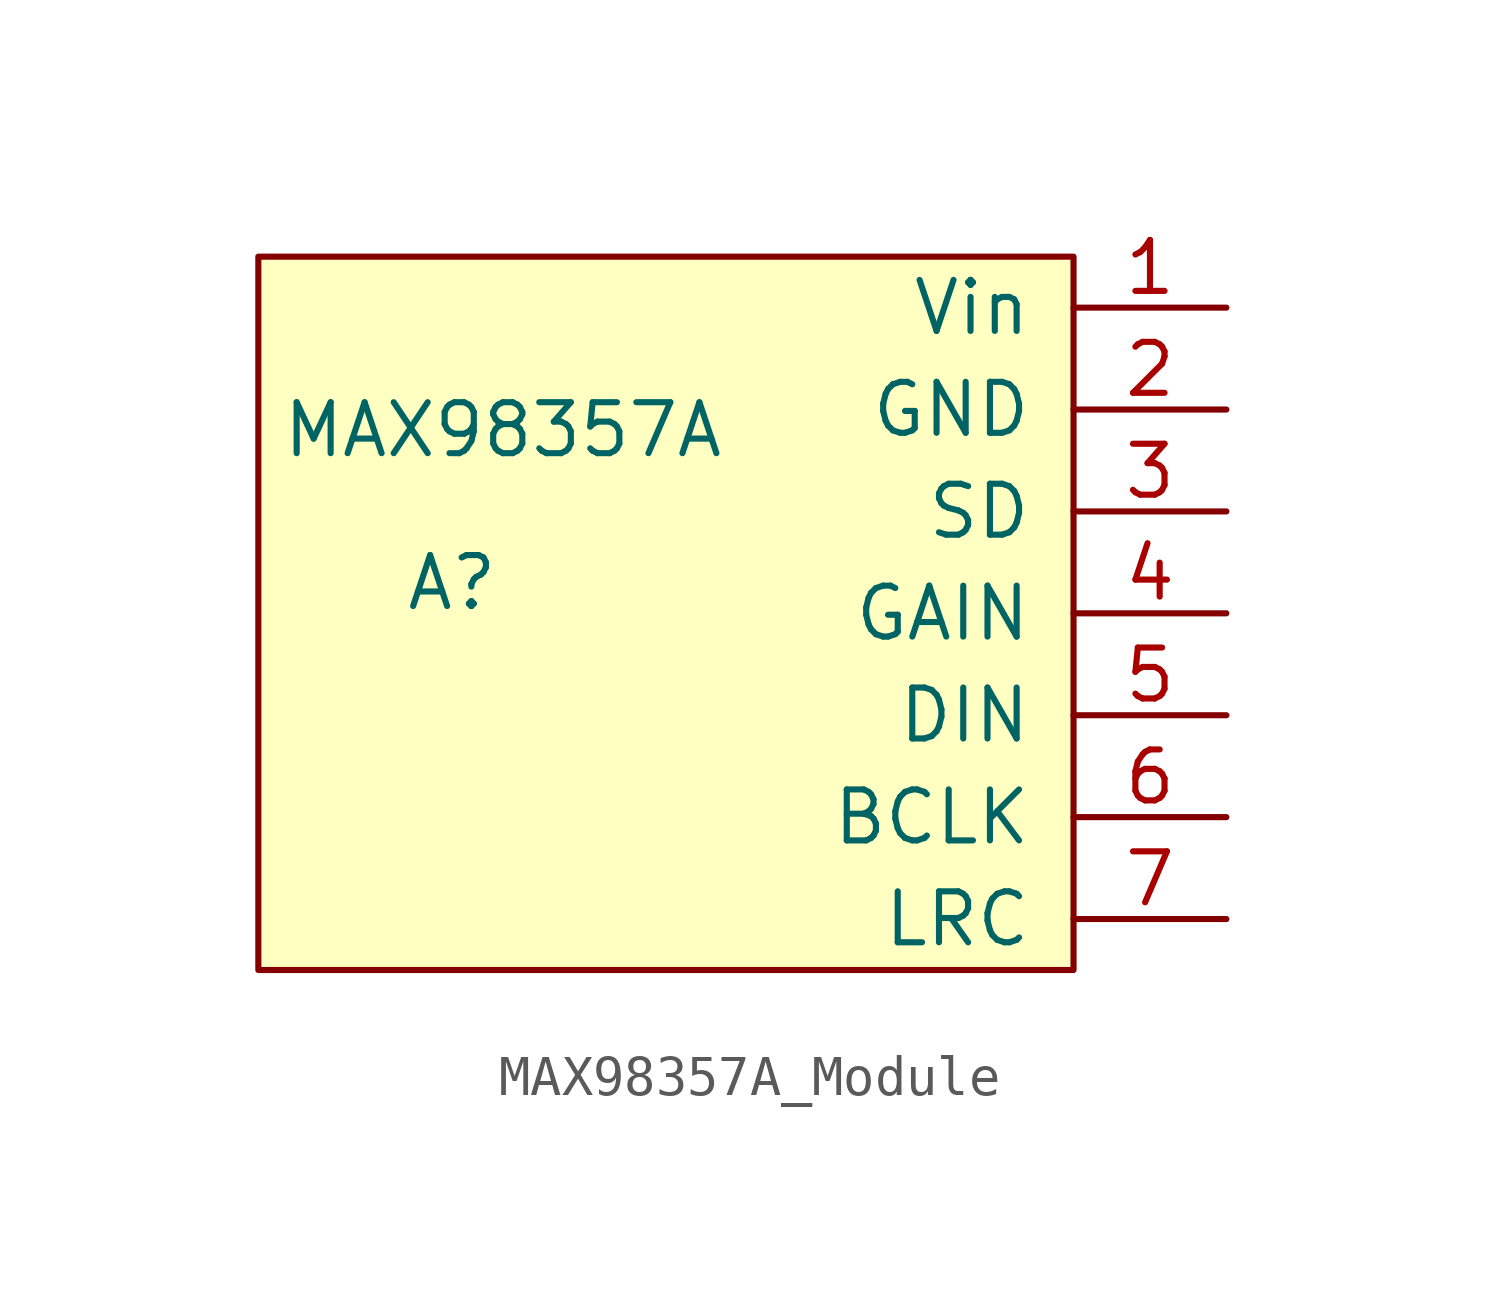
<source format=kicad_sym>
(kicad_symbol_lib
  (version 20231120)
  (generator "kicad_symbol_editor")
  (generator_version "8.0")
  (symbol "MAX98357A_Module"
    (pin_names
      (offset 1.016))
    (property "Reference" "A"
      (at -14.224 -1.778 0)
      (effects (font (size 1.27 1.27))))
    (property "Value" "MAX98357A"
      (at -12.954 2.032 0)
      (effects (font (size 1.27 1.27))))
    (symbol "MAX98357A_Module_1_1"
      (rectangle (start -19.05 6.35) (end 1.27 -11.43) (stroke (width 0) (type default)) (fill (type background)))
      (pin power_in line (at 5.08 5.08 180) (length 3.81) (name "Vin" (effects (font (size 1.27 1.27)))) (number "1" (effects (font (size 1.27 1.27)))))
      (pin power_in line (at 5.08 2.54 180) (length 3.81) (name "GND" (effects (font (size 1.27 1.27)))) (number "2" (effects (font (size 1.27 1.27)))))
      (pin input line (at 5.08 0 180) (length 3.81) (name "SD" (effects (font (size 1.27 1.27)))) (number "3" (effects (font (size 1.27 1.27)))))
      (pin input line (at 5.08 -2.54 180) (length 3.81) (name "GAIN" (effects (font (size 1.27 1.27)))) (number "4" (effects (font (size 1.27 1.27)))))
      (pin input line (at 5.08 -5.08 180) (length 3.81) (name "DIN" (effects (font (size 1.27 1.27)))) (number "5" (effects (font (size 1.27 1.27)))))
      (pin input line (at 5.08 -7.62 180) (length 3.81) (name "BCLK" (effects (font (size 1.27 1.27)))) (number "6" (effects (font (size 1.27 1.27)))))
      (pin input line (at 5.08 -10.16 180) (length 3.81) (name "LRC" (effects (font (size 1.27 1.27)))) (number "7" (effects (font (size 1.27 1.27))))))))
</source>
